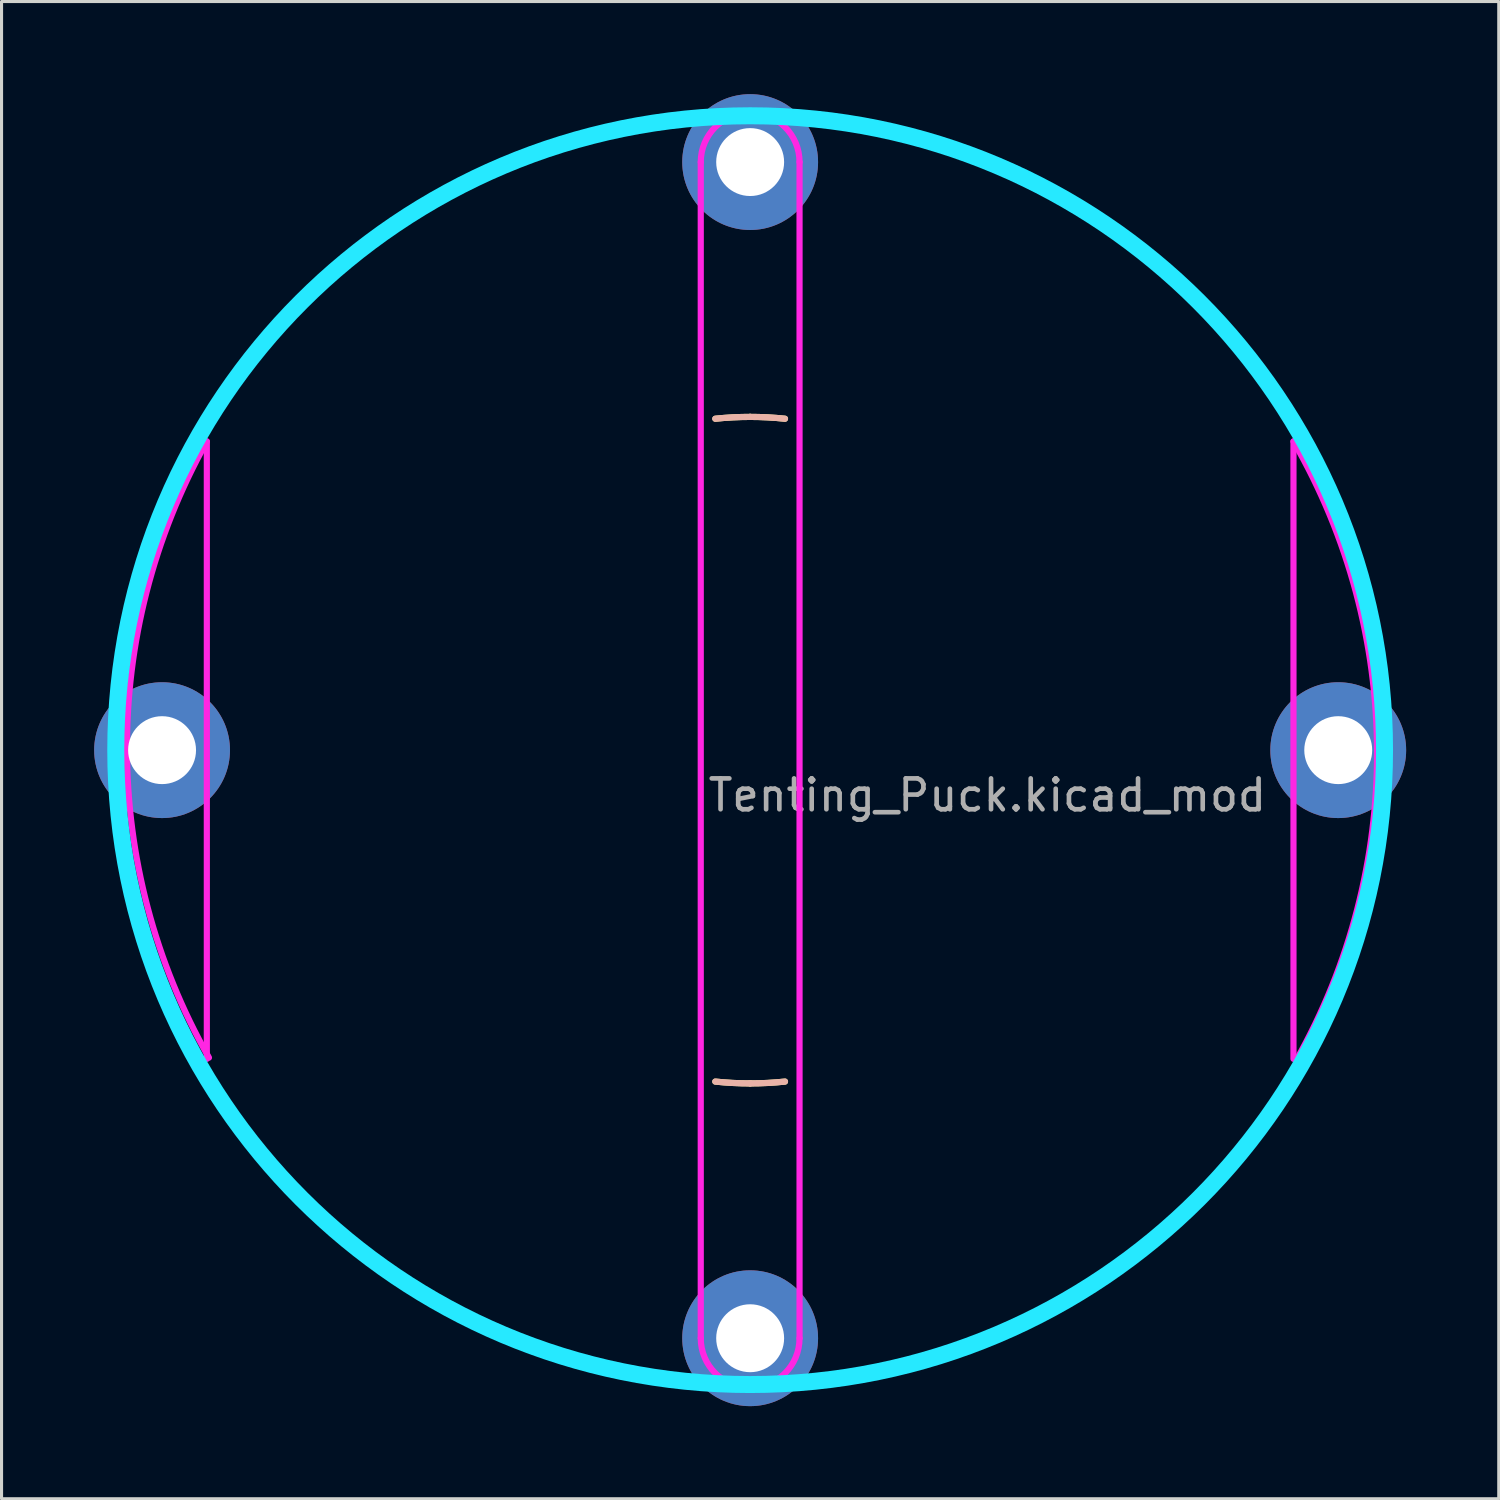
<source format=kicad_pcb>
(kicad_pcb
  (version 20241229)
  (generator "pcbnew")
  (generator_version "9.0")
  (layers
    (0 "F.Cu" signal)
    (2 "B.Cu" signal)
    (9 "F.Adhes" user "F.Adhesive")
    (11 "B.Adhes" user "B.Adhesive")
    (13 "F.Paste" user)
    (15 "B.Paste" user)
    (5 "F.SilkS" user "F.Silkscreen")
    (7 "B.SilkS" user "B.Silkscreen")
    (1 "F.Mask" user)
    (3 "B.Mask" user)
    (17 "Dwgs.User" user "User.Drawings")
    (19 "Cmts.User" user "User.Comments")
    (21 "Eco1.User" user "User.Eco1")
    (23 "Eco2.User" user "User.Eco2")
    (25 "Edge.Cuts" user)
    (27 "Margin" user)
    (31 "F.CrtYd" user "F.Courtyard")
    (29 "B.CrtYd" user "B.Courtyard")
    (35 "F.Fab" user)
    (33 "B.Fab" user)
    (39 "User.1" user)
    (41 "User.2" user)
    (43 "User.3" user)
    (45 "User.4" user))
  (footprint "Tenting_Puck.kicad_mod"
    (layer "F.Cu")
    (at 21.25 21.25)
    (property "Reference" "Tenting_Puck.kicad_mod" (at 7.684 1.46 0) (layer "F.Fab") (effects (font (size 1 1) (thickness 0.15))))
    (attr through_hole)
    (fp_arc (start -20.32 -2.8575) (mid -19.91151 -4.959786) (end -19.286134 -7.008048) (stroke (width 0.2) (type solid)) (layer "F.SilkS"))
    (fp_arc (start -19.286134 7.008047) (mid -19.91151 4.959786) (end -20.32 2.8575) (stroke (width 0.2) (type solid)) (layer "F.SilkS"))
    (fp_arc (start -7.008048 -19.286134) (mid -4.959786 -19.91151) (end -2.8575 -20.32) (stroke (width 0.2) (type solid)) (layer "F.SilkS"))
    (fp_arc (start -2.8575 20.32) (mid -4.959785 19.91151) (end -7.008046 19.286135) (stroke (width 0.2) (type solid)) (layer "F.SilkS"))
    (fp_arc (start -1.128385 -10.735864) (mid -0.564967 -10.780206) (end 0 -10.795) (stroke (width 0.2) (type solid)) (layer "F.SilkS"))
    (fp_arc (start 0 -10.795) (mid 0.564967 -10.780206) (end 1.128385 -10.735864) (stroke (width 0.2) (type solid)) (layer "F.SilkS"))
    (fp_arc (start 0 10.795) (mid -0.564967 10.780206) (end -1.128385 10.735864) (stroke (width 0.2) (type solid)) (layer "F.SilkS"))
    (fp_arc (start 1.128385 10.735864) (mid 0.564967 10.780206) (end 0 10.795) (stroke (width 0.2) (type solid)) (layer "F.SilkS"))
    (fp_arc (start 2.8575 -20.32) (mid 4.959786 -19.91151) (end 7.008047 -19.286134) (stroke (width 0.2) (type solid)) (layer "F.SilkS"))
    (fp_arc (start 7.008047 19.286134) (mid 4.959786 19.91151) (end 2.8575 20.32) (stroke (width 0.2) (type solid)) (layer "F.SilkS"))
    (fp_arc (start 19.286135 -7.008045) (mid 19.91151 -4.959785) (end 20.32 -2.8575) (stroke (width 0.2) (type solid)) (layer "F.SilkS"))
    (fp_arc (start 20.32 2.8575) (mid 19.91151 4.959785) (end 19.286135 7.008046) (stroke (width 0.2) (type solid)) (layer "F.SilkS"))
    (fp_arc (start -20.32 -2.8575) (mid -19.91151 -4.959784) (end -19.286136 -7.008044) (stroke (width 0.2) (type solid)) (layer "B.SilkS"))
    (fp_arc (start -19.286135 7.008046) (mid -19.91151 4.959785) (end -20.32 2.8575) (stroke (width 0.2) (type solid)) (layer "B.SilkS"))
    (fp_arc (start -7.008046 -19.286135) (mid -4.959785 -19.91151) (end -2.8575 -20.32) (stroke (width 0.2) (type solid)) (layer "B.SilkS"))
    (fp_arc (start -2.8575 20.32) (mid -4.959785 19.91151) (end -7.008045 19.286135) (stroke (width 0.2) (type solid)) (layer "B.SilkS"))
    (fp_arc (start -1.128385 -10.735864) (mid -0.564967 -10.780206) (end 0 -10.795) (stroke (width 0.2) (type solid)) (layer "B.SilkS"))
    (fp_arc (start 0 -10.795) (mid 0.564967 -10.780206) (end 1.128385 -10.735864) (stroke (width 0.2) (type solid)) (layer "B.SilkS"))
    (fp_arc (start 0 10.795) (mid -0.564967 10.780206) (end -1.128385 10.735864) (stroke (width 0.2) (type solid)) (layer "B.SilkS"))
    (fp_arc (start 1.128385 10.735864) (mid 0.564967 10.780206) (end 0 10.795) (stroke (width 0.2) (type solid)) (layer "B.SilkS"))
    (fp_arc (start 2.8575 -20.32) (mid 4.959787 -19.91151) (end 7.008049 -19.286134) (stroke (width 0.2) (type solid)) (layer "B.SilkS"))
    (fp_arc (start 7.008045 19.286135) (mid 4.959785 19.91151) (end 2.8575 20.32) (stroke (width 0.2) (type solid)) (layer "B.SilkS"))
    (fp_arc (start 19.286134 -7.008048) (mid 19.91151 -4.959786) (end 20.32 -2.8575) (stroke (width 0.2) (type solid)) (layer "B.SilkS"))
    (fp_arc (start 20.32 2.8575) (mid 19.91151 4.959786) (end 19.286134 7.008048) (stroke (width 0.2) (type solid)) (layer "B.SilkS"))
    (fp_circle (center 0 0) (end 20.55 0) (stroke (width 0.55) (type solid)) (fill no) (layer "B.CrtYd"))
    (fp_line (start -17.6 10) (end -17.6 -10) (stroke (width 0.2) (type solid)) (layer "F.CrtYd"))
    (fp_line (start -1.6 19.05) (end -1.6 -19.05) (stroke (width 0.2) (type solid)) (layer "F.CrtYd"))
    (fp_line (start 1.6 19.05) (end 1.6 -19.05) (stroke (width 0.2) (type solid)) (layer "F.CrtYd"))
    (fp_line (start 17.6 10) (end 17.6 -10) (stroke (width 0.2) (type solid)) (layer "F.CrtYd"))
    (fp_arc (start -17.531649 9.961119) (mid -20.187633 -0.010463) (end -17.6 -10) (stroke (width 0.2) (type default)) (layer "F.CrtYd"))
    (fp_arc (start -1.6 -19.05) (mid 0 -20.65) (end 1.6 -19.05) (stroke (width 0.2) (type default)) (layer "F.CrtYd"))
    (fp_arc (start 1.6 19.05) (mid 0 20.65) (end -1.6 19.05) (stroke (width 0.2) (type default)) (layer "F.CrtYd"))
    (fp_arc (start 17.6 -10) (mid 20.307938 0.012986) (end 17.686415 10.048942) (stroke (width 0.2) (type default)) (layer "F.CrtYd"))
    (pad "1" thru_hole circle (at -19.05 0) (size 4.4 4.4) (drill 2.2) (layers "*.Cu" "*.Mask"))
    (pad "1" thru_hole circle (at 0 -19.05) (size 4.4 4.4) (drill 2.2) (layers "*.Cu" "*.Mask"))
    (pad "1" thru_hole circle (at 0 19.05) (size 4.4 4.4) (drill 2.2) (layers "*.Cu" "*.Mask"))
    (pad "1" thru_hole circle (at 19.05 0) (size 4.4 4.4) (drill 2.2) (layers "*.Cu" "*.Mask")))
  (gr_rect
    (start -3 -3)
    (end 45.5 45.5)
    (stroke (width 0.1) (type default))
    (fill no)
    (layer "Edge.Cuts")))
</source>
